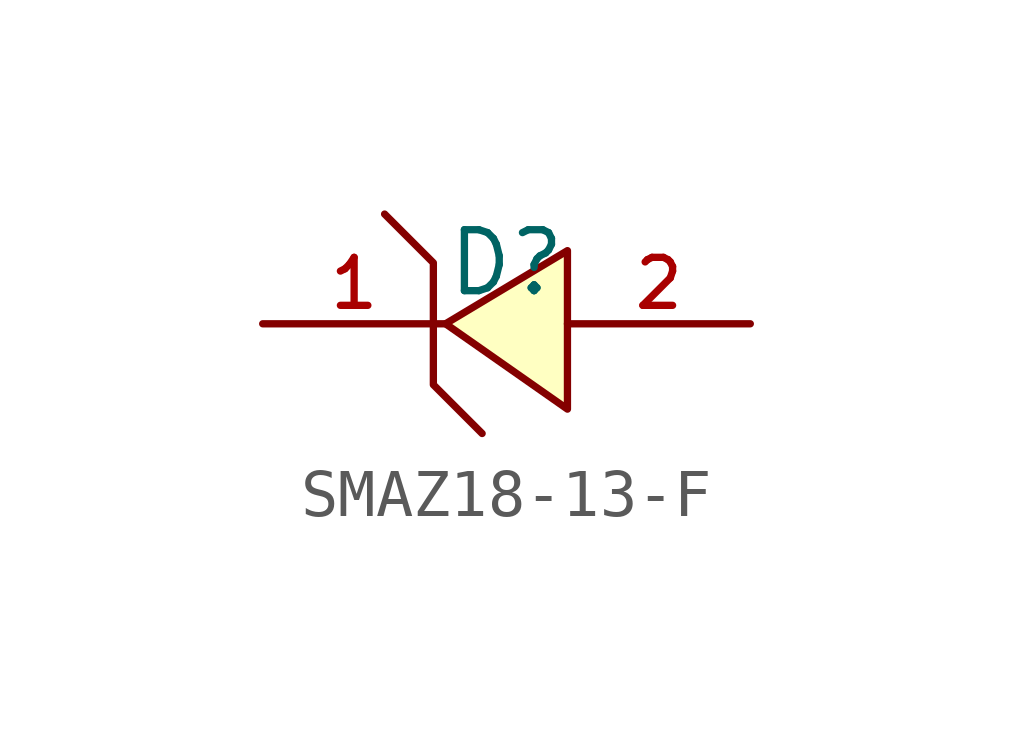
<source format=kicad_sym>
(kicad_symbol_lib
  (version 20210201)
  (generator TousstNicolas/JLC2KiCad_lib)
  (symbol "SMAZ18-13-F"
    (pin_names hide)
    (property "Reference" "D"
      (at 0 1.27 0)
      (effects (font (size 1.27 1.27))))
    (symbol "SMAZ18-13-F_0_1"
      (pin unspecified line (at 5.08 -0.0 180) (length 3.81) (name "A" (effects (font (size 1 1)))) (number "2" (effects (font (size 1 1)))))
      (pin unspecified line (at -5.08 -0.0 0) (length 3.81) (name "K" (effects (font (size 1 1)))) (number "1" (effects (font (size 1 1)))))
      (polyline (pts (xy -2.54 2.286) (xy -1.524 1.27) (xy -1.524 -1.27) (xy -0.508 -2.286)) (stroke (width 0) (type default) (color 0 0 0 0)) (fill (type none)))
      (polyline (pts (xy 1.27 1.524) (xy -1.27 -0.0) (xy 1.27 -1.778) (xy 1.27 1.524)) (stroke (width 0) (type default) (color 0 0 0 0)) (fill (type background))))))
</source>
